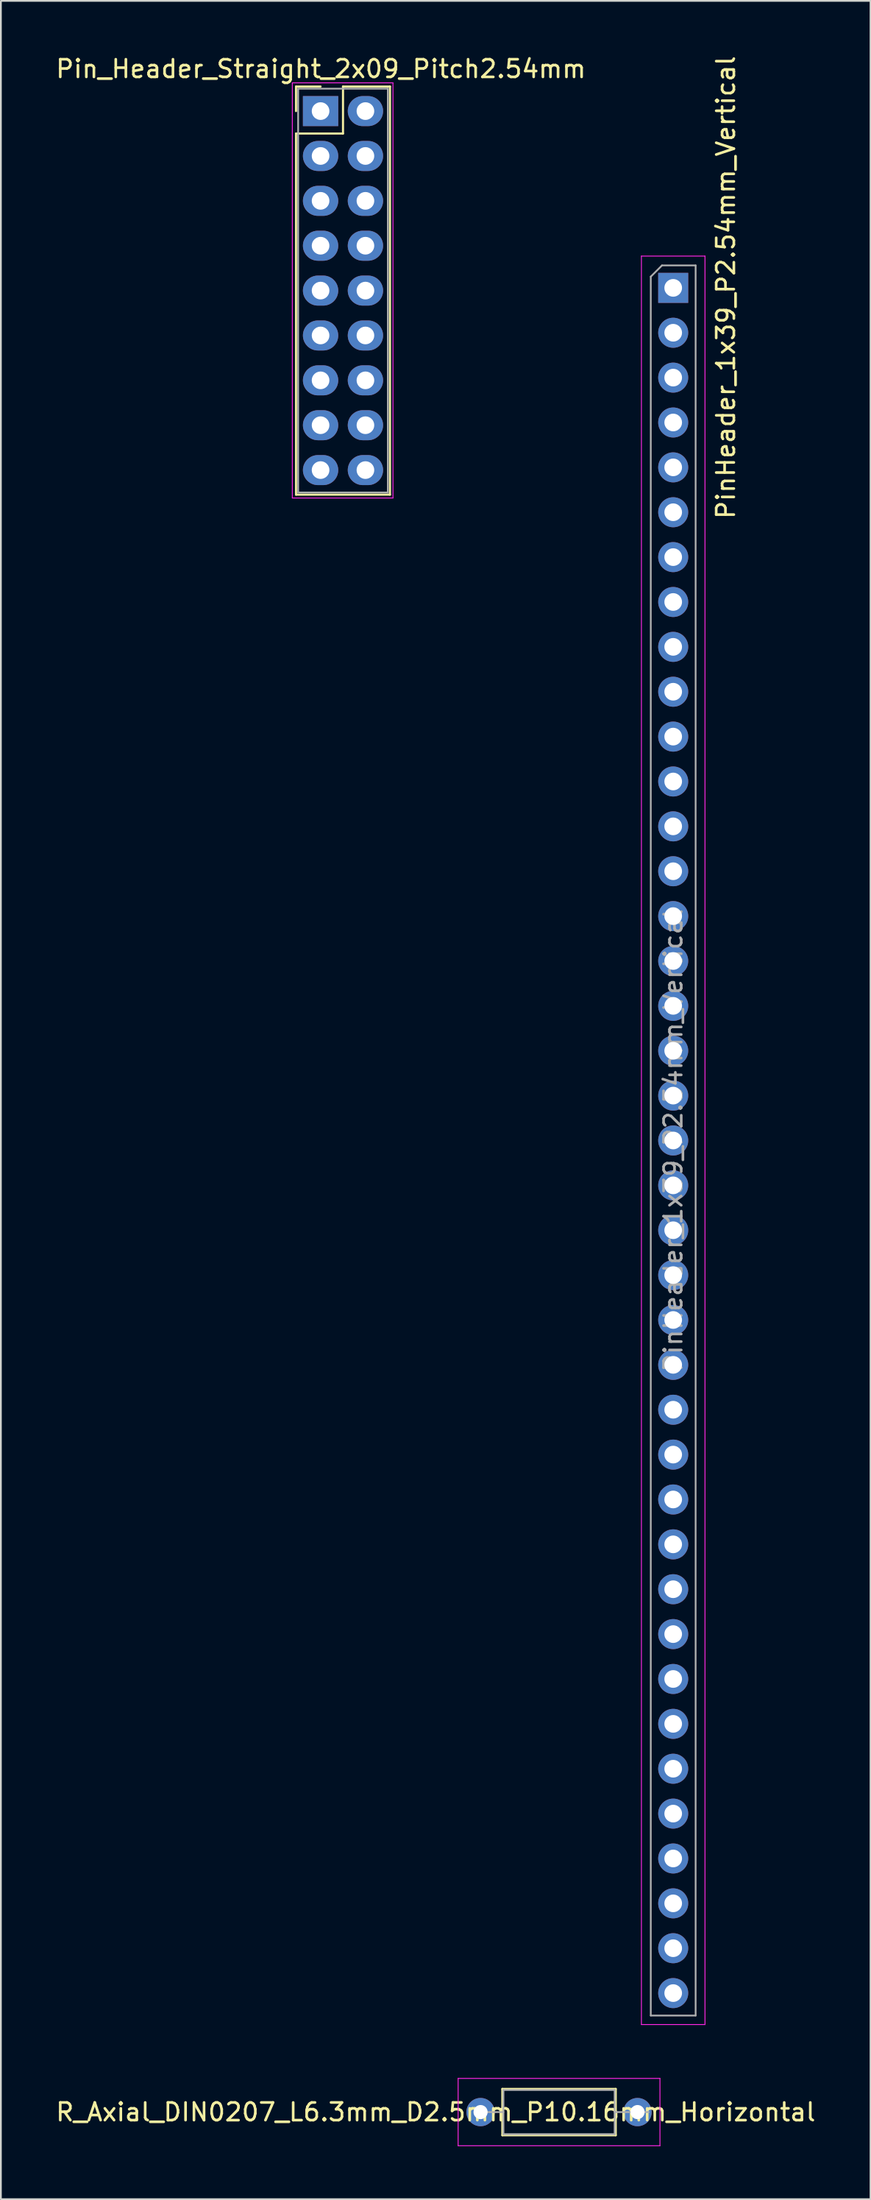
<source format=kicad_pcb>
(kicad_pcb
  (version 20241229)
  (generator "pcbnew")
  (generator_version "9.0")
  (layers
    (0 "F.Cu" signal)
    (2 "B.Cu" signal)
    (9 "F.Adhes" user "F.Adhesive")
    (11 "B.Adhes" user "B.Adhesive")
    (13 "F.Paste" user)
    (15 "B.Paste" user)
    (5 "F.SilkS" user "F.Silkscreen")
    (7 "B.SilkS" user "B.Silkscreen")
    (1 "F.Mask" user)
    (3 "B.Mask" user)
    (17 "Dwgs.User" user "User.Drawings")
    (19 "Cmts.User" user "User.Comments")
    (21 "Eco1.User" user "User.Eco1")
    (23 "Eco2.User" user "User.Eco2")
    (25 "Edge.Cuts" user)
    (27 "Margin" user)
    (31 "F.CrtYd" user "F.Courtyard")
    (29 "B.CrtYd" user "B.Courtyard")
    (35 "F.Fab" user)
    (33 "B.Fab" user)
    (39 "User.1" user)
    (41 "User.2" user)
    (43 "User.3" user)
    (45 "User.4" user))
  (footprint "PinHeader_1x39_P2.54mm_Vertical"
    (layer "F.Cu")
    (at 35.075 13.244)
    (property "Reference" "PinHeader_1x39_P2.54mm_Vertical" (at 2.98 -0.024 90) (layer "F.SilkS") (effects (font (size 1 1) (thickness 0.15))))
    (attr through_hole)
    (fp_line (start -1.8 -1.8) (end -1.8 98.3) (stroke (width 0.05) (type solid)) (layer "F.CrtYd"))
    (fp_line (start -1.8 98.3) (end 1.8 98.3) (stroke (width 0.05) (type solid)) (layer "F.CrtYd"))
    (fp_line (start 1.8 -1.8) (end -1.8 -1.8) (stroke (width 0.05) (type solid)) (layer "F.CrtYd"))
    (fp_line (start 1.8 98.3) (end 1.8 -1.8) (stroke (width 0.05) (type solid)) (layer "F.CrtYd"))
    (fp_line (start -1.27 -0.635) (end -0.635 -1.27) (stroke (width 0.1) (type solid)) (layer "F.Fab"))
    (fp_line (start -1.27 97.79) (end -1.27 -0.635) (stroke (width 0.1) (type solid)) (layer "F.Fab"))
    (fp_line (start -0.635 -1.27) (end 1.27 -1.27) (stroke (width 0.1) (type solid)) (layer "F.Fab"))
    (fp_line (start 1.27 -1.27) (end 1.27 97.79) (stroke (width 0.1) (type solid)) (layer "F.Fab"))
    (fp_line (start 1.27 97.79) (end -1.27 97.79) (stroke (width 0.1) (type solid)) (layer "F.Fab"))
    (fp_text user "${REFERENCE}" (at 0 48.26 270) (layer "F.Fab") (effects (font (size 1 1) (thickness 0.15))))
    (pad "1" thru_hole rect (at 0 0) (size 1.7 1.7) (drill 1) (layers "*.Cu" "*.Mask"))
    (pad "2" thru_hole oval (at 0 2.54) (size 1.7 1.7) (drill 1) (layers "*.Cu" "*.Mask"))
    (pad "3" thru_hole oval (at 0 5.08) (size 1.7 1.7) (drill 1) (layers "*.Cu" "*.Mask"))
    (pad "4" thru_hole oval (at 0 7.62) (size 1.7 1.7) (drill 1) (layers "*.Cu" "*.Mask"))
    (pad "5" thru_hole oval (at 0 10.16) (size 1.7 1.7) (drill 1) (layers "*.Cu" "*.Mask"))
    (pad "6" thru_hole oval (at 0 12.7) (size 1.7 1.7) (drill 1) (layers "*.Cu" "*.Mask"))
    (pad "7" thru_hole oval (at 0 15.24) (size 1.7 1.7) (drill 1) (layers "*.Cu" "*.Mask"))
    (pad "8" thru_hole oval (at 0 17.78) (size 1.7 1.7) (drill 1) (layers "*.Cu" "*.Mask"))
    (pad "9" thru_hole oval (at 0 20.32) (size 1.7 1.7) (drill 1) (layers "*.Cu" "*.Mask"))
    (pad "10" thru_hole oval (at 0 22.86) (size 1.7 1.7) (drill 1) (layers "*.Cu" "*.Mask"))
    (pad "11" thru_hole oval (at 0 25.4) (size 1.7 1.7) (drill 1) (layers "*.Cu" "*.Mask"))
    (pad "12" thru_hole oval (at 0 27.94) (size 1.7 1.7) (drill 1) (layers "*.Cu" "*.Mask"))
    (pad "13" thru_hole oval (at 0 30.48) (size 1.7 1.7) (drill 1) (layers "*.Cu" "*.Mask"))
    (pad "14" thru_hole oval (at 0 33.02) (size 1.7 1.7) (drill 1) (layers "*.Cu" "*.Mask"))
    (pad "15" thru_hole oval (at 0 35.56) (size 1.7 1.7) (drill 1) (layers "*.Cu" "*.Mask"))
    (pad "16" thru_hole oval (at 0 38.1) (size 1.7 1.7) (drill 1) (layers "*.Cu" "*.Mask"))
    (pad "17" thru_hole oval (at 0 40.64) (size 1.7 1.7) (drill 1) (layers "*.Cu" "*.Mask"))
    (pad "18" thru_hole oval (at 0 43.18) (size 1.7 1.7) (drill 1) (layers "*.Cu" "*.Mask"))
    (pad "19" thru_hole oval (at 0 45.72) (size 1.7 1.7) (drill 1) (layers "*.Cu" "*.Mask"))
    (pad "20" thru_hole oval (at 0 48.26) (size 1.7 1.7) (drill 1) (layers "*.Cu" "*.Mask"))
    (pad "21" thru_hole oval (at 0 50.8) (size 1.7 1.7) (drill 1) (layers "*.Cu" "*.Mask"))
    (pad "22" thru_hole oval (at 0 53.34) (size 1.7 1.7) (drill 1) (layers "*.Cu" "*.Mask"))
    (pad "23" thru_hole oval (at 0 55.88) (size 1.7 1.7) (drill 1) (layers "*.Cu" "*.Mask"))
    (pad "24" thru_hole oval (at 0 58.42) (size 1.7 1.7) (drill 1) (layers "*.Cu" "*.Mask"))
    (pad "25" thru_hole oval (at 0 60.96) (size 1.7 1.7) (drill 1) (layers "*.Cu" "*.Mask"))
    (pad "26" thru_hole oval (at 0 63.5) (size 1.7 1.7) (drill 1) (layers "*.Cu" "*.Mask"))
    (pad "27" thru_hole oval (at 0 66.04) (size 1.7 1.7) (drill 1) (layers "*.Cu" "*.Mask"))
    (pad "28" thru_hole oval (at 0 68.58) (size 1.7 1.7) (drill 1) (layers "*.Cu" "*.Mask"))
    (pad "29" thru_hole oval (at 0 71.12) (size 1.7 1.7) (drill 1) (layers "*.Cu" "*.Mask"))
    (pad "30" thru_hole oval (at 0 73.66) (size 1.7 1.7) (drill 1) (layers "*.Cu" "*.Mask"))
    (pad "31" thru_hole oval (at 0 76.2) (size 1.7 1.7) (drill 1) (layers "*.Cu" "*.Mask"))
    (pad "32" thru_hole oval (at 0 78.74) (size 1.7 1.7) (drill 1) (layers "*.Cu" "*.Mask"))
    (pad "33" thru_hole oval (at 0 81.28) (size 1.7 1.7) (drill 1) (layers "*.Cu" "*.Mask"))
    (pad "34" thru_hole oval (at 0 83.82) (size 1.7 1.7) (drill 1) (layers "*.Cu" "*.Mask"))
    (pad "35" thru_hole oval (at 0 86.36) (size 1.7 1.7) (drill 1) (layers "*.Cu" "*.Mask"))
    (pad "36" thru_hole oval (at 0 88.9) (size 1.7 1.7) (drill 1) (layers "*.Cu" "*.Mask"))
    (pad "37" thru_hole oval (at 0 91.44) (size 1.7 1.7) (drill 1) (layers "*.Cu" "*.Mask"))
    (pad "38" thru_hole oval (at 0 93.98) (size 1.7 1.7) (drill 1) (layers "*.Cu" "*.Mask"))
    (pad "39" thru_hole oval (at 0 96.52) (size 1.7 1.7) (drill 1) (layers "*.Cu" "*.Mask")))
  (footprint "R_Axial_DIN0207_L6.3mm_D2.5mm_P10.16mm_Horizontal"
    (layer "F.Cu")
    (at 23.53 116.499)
    (property "Reference" "R_Axial_DIN0207_L6.3mm_D2.5mm_P10.16mm_Horizontal" (at -1.905 0 0) (layer "F.SilkS") (effects (font (size 1 1) (thickness 0.15))))
    (attr through_hole)
    (fp_line (start 1.87 -1.31) (end 1.87 1.31) (stroke (width 0.12) (type solid)) (layer "F.SilkS"))
    (fp_line (start 1.87 1.31) (end 8.29 1.31) (stroke (width 0.12) (type solid)) (layer "F.SilkS"))
    (fp_line (start 8.29 -1.31) (end 1.87 -1.31) (stroke (width 0.12) (type solid)) (layer "F.SilkS"))
    (fp_line (start 8.29 1.31) (end 8.29 -1.31) (stroke (width 0.12) (type solid)) (layer "F.SilkS"))
    (fp_line (start -0.635 -1.905) (end -0.635 1.905) (stroke (width 0.05) (type solid)) (layer "F.CrtYd"))
    (fp_line (start -0.635 1.905) (end 10.795 1.905) (stroke (width 0.05) (type solid)) (layer "F.CrtYd"))
    (fp_line (start 10.795 -1.905) (end -0.635 -1.905) (stroke (width 0.05) (type solid)) (layer "F.CrtYd"))
    (fp_line (start 10.795 1.905) (end 10.795 -1.905) (stroke (width 0.05) (type solid)) (layer "F.CrtYd"))
    (fp_line (start 0.635 0) (end 1.93 0) (stroke (width 0.1) (type solid)) (layer "F.Fab"))
    (fp_line (start 1.93 -1.25) (end 1.93 1.25) (stroke (width 0.1) (type solid)) (layer "F.Fab"))
    (fp_line (start 1.93 1.25) (end 8.23 1.25) (stroke (width 0.1) (type solid)) (layer "F.Fab"))
    (fp_line (start 8.23 -1.25) (end 1.93 -1.25) (stroke (width 0.1) (type solid)) (layer "F.Fab"))
    (fp_line (start 8.23 1.25) (end 8.23 -1.25) (stroke (width 0.1) (type solid)) (layer "F.Fab"))
    (fp_line (start 10.16 0) (end 8.23 0) (stroke (width 0.1) (type solid)) (layer "F.Fab"))
    (pad "1" thru_hole circle (at 0.635 0) (size 1.6 1.6) (drill 0.8) (layers "*.Cu" "*.Mask"))
    (pad "2" thru_hole oval (at 9.525 0) (size 1.6 1.6) (drill 0.8) (layers "*.Cu" "*.Mask")))
  (footprint "Pin_Header_Straight_2x09_Pitch2.54mm"
    (layer "F.Cu")
    (at 15.105 3.238)
    (property "Reference" "Pin_Header_Straight_2x09_Pitch2.54mm" (at 0.02 -2.39 0) (layer "F.SilkS") (effects (font (size 1 1) (thickness 0.15))))
    (attr through_hole)
    (fp_line (start -1.39 -1.39) (end 0 -1.39) (stroke (width 0.12) (type solid)) (layer "F.SilkS"))
    (fp_line (start -1.39 0) (end -1.39 -1.39) (stroke (width 0.12) (type solid)) (layer "F.SilkS"))
    (fp_line (start -1.39 1.27) (end -1.39 21.71) (stroke (width 0.12) (type solid)) (layer "F.SilkS"))
    (fp_line (start -1.39 21.71) (end 3.93 21.71) (stroke (width 0.12) (type solid)) (layer "F.SilkS"))
    (fp_line (start 1.27 -1.39) (end 1.27 1.27) (stroke (width 0.12) (type solid)) (layer "F.SilkS"))
    (fp_line (start 1.27 1.27) (end -1.39 1.27) (stroke (width 0.12) (type solid)) (layer "F.SilkS"))
    (fp_line (start 3.93 -1.39) (end 1.27 -1.39) (stroke (width 0.12) (type solid)) (layer "F.SilkS"))
    (fp_line (start 3.93 21.71) (end 3.93 -1.39) (stroke (width 0.12) (type solid)) (layer "F.SilkS"))
    (fp_line (start -1.6 -1.6) (end -1.6 21.9) (stroke (width 0.05) (type solid)) (layer "F.CrtYd"))
    (fp_line (start -1.6 21.9) (end 4.1 21.9) (stroke (width 0.05) (type solid)) (layer "F.CrtYd"))
    (fp_line (start 4.1 -1.6) (end -1.6 -1.6) (stroke (width 0.05) (type solid)) (layer "F.CrtYd"))
    (fp_line (start 4.1 21.9) (end 4.1 -1.6) (stroke (width 0.05) (type solid)) (layer "F.CrtYd"))
    (fp_line (start -1.27 -1.27) (end -1.27 21.59) (stroke (width 0.1) (type solid)) (layer "F.Fab"))
    (fp_line (start -1.27 21.59) (end 3.81 21.59) (stroke (width 0.1) (type solid)) (layer "F.Fab"))
    (fp_line (start 3.81 -1.27) (end -1.27 -1.27) (stroke (width 0.1) (type solid)) (layer "F.Fab"))
    (fp_line (start 3.81 21.59) (end 3.81 -1.27) (stroke (width 0.1) (type solid)) (layer "F.Fab"))
    (pad "1" thru_hole rect (at 0 0) (size 2 1.7) (drill 1) (layers "*.Cu" "*.Mask"))
    (pad "2" thru_hole oval (at 2.54 0) (size 2 1.7) (drill 1) (layers "*.Cu" "*.Mask"))
    (pad "3" thru_hole oval (at 0 2.54) (size 2 1.7) (drill 1) (layers "*.Cu" "*.Mask"))
    (pad "4" thru_hole oval (at 2.54 2.54) (size 2 1.7) (drill 1) (layers "*.Cu" "*.Mask"))
    (pad "5" thru_hole oval (at 0 5.08) (size 2 1.7) (drill 1) (layers "*.Cu" "*.Mask"))
    (pad "6" thru_hole oval (at 2.54 5.08) (size 2 1.7) (drill 1) (layers "*.Cu" "*.Mask"))
    (pad "7" thru_hole oval (at 0 7.62) (size 2 1.7) (drill 1) (layers "*.Cu" "*.Mask"))
    (pad "8" thru_hole oval (at 2.54 7.62) (size 2 1.7) (drill 1) (layers "*.Cu" "*.Mask"))
    (pad "9" thru_hole oval (at 0 10.16) (size 2 1.7) (drill 1) (layers "*.Cu" "*.Mask"))
    (pad "10" thru_hole oval (at 2.54 10.16) (size 2 1.7) (drill 1) (layers "*.Cu" "*.Mask"))
    (pad "11" thru_hole oval (at 0 12.7) (size 2 1.7) (drill 1) (layers "*.Cu" "*.Mask"))
    (pad "12" thru_hole oval (at 2.54 12.7) (size 2 1.7) (drill 1) (layers "*.Cu" "*.Mask"))
    (pad "13" thru_hole oval (at 0 15.24) (size 2 1.7) (drill 1) (layers "*.Cu" "*.Mask"))
    (pad "14" thru_hole oval (at 2.54 15.24) (size 2 1.7) (drill 1) (layers "*.Cu" "*.Mask"))
    (pad "15" thru_hole oval (at 0 17.78) (size 2 1.7) (drill 1) (layers "*.Cu" "*.Mask"))
    (pad "16" thru_hole oval (at 2.54 17.78) (size 2 1.7) (drill 1) (layers "*.Cu" "*.Mask"))
    (pad "17" thru_hole oval (at 0 20.32) (size 2 1.7) (drill 1) (layers "*.Cu" "*.Mask"))
    (pad "18" thru_hole oval (at 2.54 20.32) (size 2 1.7) (drill 1) (layers "*.Cu" "*.Mask")))
  (gr_rect
    (start -3 -3)
    (end 46.25 121.429)
    (stroke (width 0.1) (type default))
    (fill no)
    (layer "Edge.Cuts")))
</source>
